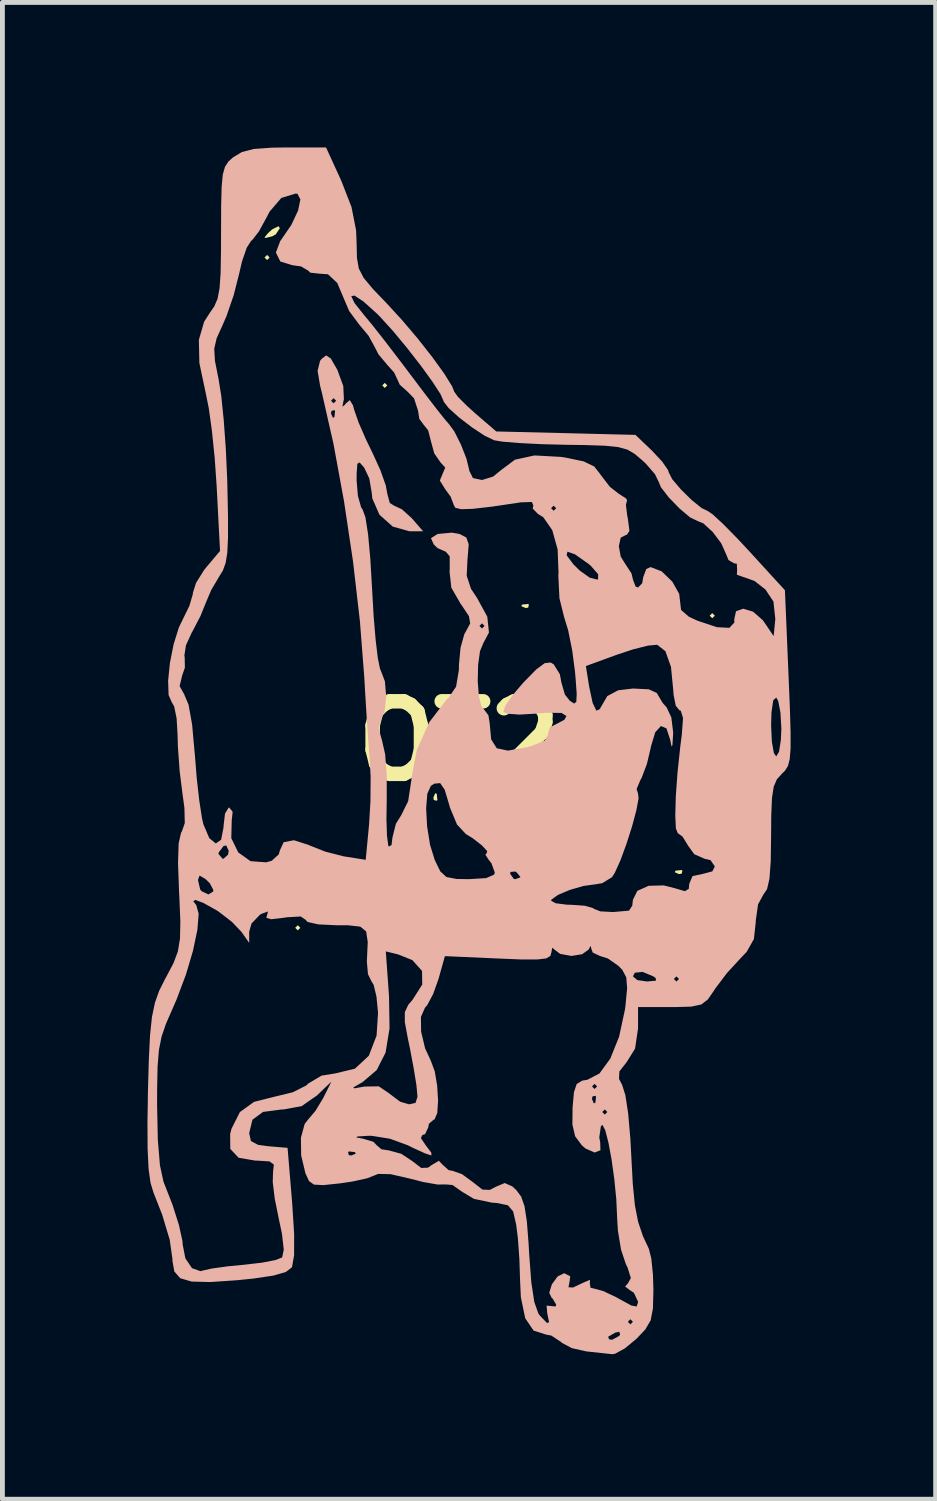
<source format=kicad_pcb>
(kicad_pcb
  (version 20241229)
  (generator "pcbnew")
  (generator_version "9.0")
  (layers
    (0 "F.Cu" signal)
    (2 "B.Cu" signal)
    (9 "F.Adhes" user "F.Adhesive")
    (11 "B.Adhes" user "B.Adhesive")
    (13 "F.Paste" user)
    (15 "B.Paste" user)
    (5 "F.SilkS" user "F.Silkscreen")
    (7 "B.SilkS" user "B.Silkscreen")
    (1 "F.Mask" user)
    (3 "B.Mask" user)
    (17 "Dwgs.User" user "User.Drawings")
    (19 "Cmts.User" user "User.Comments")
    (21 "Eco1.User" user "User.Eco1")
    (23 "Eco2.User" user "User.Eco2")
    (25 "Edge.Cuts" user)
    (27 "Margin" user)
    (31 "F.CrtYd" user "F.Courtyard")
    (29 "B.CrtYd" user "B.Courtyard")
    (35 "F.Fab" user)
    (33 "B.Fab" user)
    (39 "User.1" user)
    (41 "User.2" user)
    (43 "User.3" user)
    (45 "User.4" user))
  (footprint "OT2"
    (layer "F.Cu")
    (at 6.443 12.277)
    (property "Reference" "OT2" (at 0 0 0) (layer "F.SilkS") (effects (font (size 1.5 1.5) (thickness 0.3))))
    (attr board_only exclude_from_pos_files exclude_from_bom)
    (fp_poly (pts (xy -3.916 -10.001) (xy -3.969 -9.948) (xy -4.022 -10.001) (xy -3.969 -10.054)) (stroke (width 0) (type solid)) (fill yes) (layer "F.SilkS"))
    (fp_poly (pts (xy -3.281 3.863) (xy -3.334 3.916) (xy -3.387 3.863) (xy -3.334 3.81)) (stroke (width 0) (type solid)) (fill yes) (layer "F.SilkS"))
    (fp_poly (pts (xy -1.482 -7.355) (xy -1.535 -7.303) (xy -1.587 -7.355) (xy -1.535 -7.408)) (stroke (width 0) (type solid)) (fill yes) (layer "F.SilkS"))
    (fp_poly (pts (xy 5.292 -2.593) (xy 5.239 -2.54) (xy 5.186 -2.593) (xy 5.239 -2.646)) (stroke (width 0) (type solid)) (fill yes) (layer "F.SilkS"))
    (fp_poly (pts (xy -0.459 1.094) (xy -0.446 1.219) (xy -0.459 1.235) (xy -0.522 1.22) (xy -0.529 1.164) (xy -0.49 1.077)) (stroke (width 0) (type solid)) (fill yes) (layer "F.SilkS"))
    (fp_poly (pts (xy 1.446 -2.822) (xy 1.432 -2.759) (xy 1.376 -2.752) (xy 1.289 -2.79) (xy 1.305 -2.822) (xy 1.431 -2.835)) (stroke (width 0) (type solid)) (fill yes) (layer "F.SilkS"))
    (fp_poly (pts (xy 4.621 2.681) (xy 4.607 2.744) (xy 4.551 2.752) (xy 4.464 2.713) (xy 4.48 2.681) (xy 4.606 2.668)) (stroke (width 0) (type solid)) (fill yes) (layer "F.SilkS"))
    (fp_poly (pts (xy -3.704 -10.608) (xy -3.789 -10.48) (xy -3.863 -10.439) (xy -4.001 -10.405) (xy -4.022 -10.415) (xy -3.952 -10.503) (xy -3.863 -10.583) (xy -3.734 -10.648)) (stroke (width 0) (type solid)) (fill yes) (layer "F.SilkS"))
    (fp_poly (pts (xy -2.433 -11.586) (xy -2.223 -11.046) (xy -2.128 -10.564) (xy -2.117 -10.292) (xy -2.11 -9.992) (xy -2.072 -9.774) (xy -1.971 -9.579) (xy -1.778 -9.348) (xy -1.494 -9.052) (xy -1.179 -8.709) (xy -0.853 -8.325) (xy -0.551 -7.94) (xy -0.303 -7.597) (xy -0.142 -7.337) (xy -0.097 -7.224) (xy -0.018 -7.115) (xy 0.176 -6.922) (xy 0.342 -6.773) (xy 0.772 -6.403) (xy 2.212 -6.368) (xy 3.651 -6.332) (xy 3.995 -6.003) (xy 4.204 -5.779) (xy 4.326 -5.601) (xy 4.339 -5.556) (xy 4.412 -5.414) (xy 4.591 -5.203) (xy 4.815 -4.983) (xy 5.021 -4.817) (xy 5.138 -4.762) (xy 5.247 -4.689) (xy 5.462 -4.49) (xy 5.75 -4.198) (xy 5.99 -3.941) (xy 6.742 -3.119) (xy 6.818 -1.318) (xy 6.845 -0.66) (xy 6.859 -0.181) (xy 6.859 0.152) (xy 6.841 0.373) (xy 6.805 0.515) (xy 6.746 0.61) (xy 6.675 0.681) (xy 6.574 0.794) (xy 6.51 0.945) (xy 6.474 1.179) (xy 6.459 1.542) (xy 6.456 1.961) (xy 6.448 2.492) (xy 6.422 2.848) (xy 6.372 3.064) (xy 6.297 3.175) (xy 6.186 3.378) (xy 6.139 3.712) (xy 6.138 3.75) (xy 6.1 4.096) (xy 5.95 4.361) (xy 5.813 4.505) (xy 5.542 4.8) (xy 5.302 5.118) (xy 5.276 5.159) (xy 5.147 5.346) (xy 5.012 5.449) (xy 4.806 5.493) (xy 4.465 5.503) (xy 4.383 5.503) (xy 3.704 5.503) (xy 3.704 5.946) (xy 3.642 6.362) (xy 3.47 6.639) (xy 3.318 6.834) (xy 3.31 6.988) (xy 3.373 7.109) (xy 3.441 7.321) (xy 3.5 7.706) (xy 3.545 8.228) (xy 3.563 8.56) (xy 3.595 9.16) (xy 3.639 9.604) (xy 3.706 9.946) (xy 3.806 10.242) (xy 3.928 10.503) (xy 3.978 10.702) (xy 4.012 11.035) (xy 4.022 11.355) (xy 4.012 11.735) (xy 3.965 11.981) (xy 3.854 12.171) (xy 3.673 12.362) (xy 3.431 12.562) (xy 3.228 12.673) (xy 3.17 12.682) (xy 2.965 12.66) (xy 2.668 12.628) (xy 2.627 12.623) (xy 2.335 12.557) (xy 2.128 12.447) (xy 2.112 12.43) (xy 1.948 12.322) (xy 3.084 12.322) (xy 3.109 12.377) (xy 3.169 12.383) (xy 3.312 12.306) (xy 3.333 12.278) (xy 3.316 12.218) (xy 3.233 12.236) (xy 3.084 12.322) (xy 1.948 12.322) (xy 1.911 12.297) (xy 1.803 12.277) (xy 1.543 12.194) (xy 1.37 11.939) (xy 1.28 11.503) (xy 1.264 11.157) (xy 1.249 10.708) (xy 1.218 10.277) (xy 1.183 10.001) (xy 1.121 9.731) (xy 1.015 9.604) (xy 0.794 9.556) (xy 0.672 9.546) (xy 0.309 9.469) (xy 0.057 9.318) (xy 0.054 9.315) (xy -0.133 9.183) (xy -0.269 9.171) (xy -0.443 9.173) (xy -0.743 9.12) (xy -1.009 9.052) (xy -1.413 8.959) (xy -1.671 8.953) (xy -1.729 8.977) (xy -1.896 9.043) (xy -2.199 9.11) (xy -2.46 9.149) (xy -2.804 9.185) (xy -2.998 9.175) (xy -3.101 9.102) (xy -3.173 8.948) (xy -3.175 8.944) (xy -3.264 8.572) (xy -3.265 8.502) (xy -2.293 8.502) (xy -2.279 8.565) (xy -2.223 8.572) (xy -2.135 8.534) (xy -2.152 8.502) (xy -2.278 8.489) (xy -2.293 8.502) (xy -3.265 8.502) (xy -3.269 8.205) (xy -3.267 8.198) (xy -2.125 8.198) (xy -1.984 8.225) (xy -1.773 8.288) (xy -1.693 8.368) (xy -1.603 8.444) (xy -1.449 8.467) (xy -1.194 8.537) (xy -0.967 8.687) (xy -0.78 8.83) (xy -0.641 8.824) (xy -0.56 8.767) (xy -0.415 8.682) (xy -0.344 8.758) (xy -0.214 8.875) (xy -0.13 8.89) (xy 0.062 8.958) (xy 0.287 9.123) (xy 0.289 9.124) (xy 0.484 9.277) (xy 0.638 9.284) (xy 0.759 9.221) (xy 0.946 9.142) (xy 1.104 9.212) (xy 1.187 9.289) (xy 1.287 9.424) (xy 1.356 9.624) (xy 1.404 9.933) (xy 1.44 10.395) (xy 1.451 10.595) (xy 1.496 11.194) (xy 1.558 11.602) (xy 1.642 11.84) (xy 1.67 11.88) (xy 1.821 12.037) (xy 1.864 12.021) (xy 1.862 12.012) (xy 3.493 12.012) (xy 3.545 12.065) (xy 3.598 12.012) (xy 3.545 11.959) (xy 3.493 12.012) (xy 1.862 12.012) (xy 1.826 11.837) (xy 1.812 11.678) (xy 1.888 11.684) (xy 1.998 11.695) (xy 2.011 11.657) (xy 1.933 11.526) (xy 1.918 11.518) (xy 1.867 11.411) (xy 1.922 11.236) (xy 2.042 11.073) (xy 2.177 11.007) (xy 2.301 11.07) (xy 2.29 11.165) (xy 2.265 11.298) (xy 2.36 11.303) (xy 2.56 11.208) (xy 2.71 11.144) (xy 2.708 11.204) (xy 2.705 11.208) (xy 2.721 11.308) (xy 2.792 11.324) (xy 2.98 11.375) (xy 3.251 11.503) (xy 3.328 11.546) (xy 3.566 11.676) (xy 3.676 11.695) (xy 3.704 11.608) (xy 3.704 11.596) (xy 3.618 11.412) (xy 3.537 11.359) (xy 3.436 11.282) (xy 3.494 11.218) (xy 3.555 11.107) (xy 3.489 10.895) (xy 3.45 10.814) (xy 3.352 10.52) (xy 3.287 10.124) (xy 3.272 9.874) (xy 3.254 9.478) (xy 3.212 9.056) (xy 3.155 8.649) (xy 3.09 8.299) (xy 3.025 8.049) (xy 2.967 7.939) (xy 2.935 7.966) (xy 2.902 8.2) (xy 2.921 8.297) (xy 2.926 8.464) (xy 2.807 8.511) (xy 2.619 8.429) (xy 2.539 8.359) (xy 2.402 8.174) (xy 2.346 7.93) (xy 2.349 7.673) (xy 2.963 7.673) (xy 3.016 7.726) (xy 3.069 7.673) (xy 3.016 7.62) (xy 2.963 7.673) (xy 2.349 7.673) (xy 2.349 7.588) (xy 2.365 7.408) (xy 2.752 7.408) (xy 2.79 7.495) (xy 2.822 7.479) (xy 2.835 7.353) (xy 2.822 7.338) (xy 2.759 7.352) (xy 2.752 7.408) (xy 2.365 7.408) (xy 2.378 7.264) (xy 2.418 7.144) (xy 2.752 7.144) (xy 2.805 7.197) (xy 2.857 7.144) (xy 2.805 7.091) (xy 2.752 7.144) (xy 2.418 7.144) (xy 2.435 7.094) (xy 2.549 7.024) (xy 2.656 7.006) (xy 2.906 6.876) (xy 3.13 6.568) (xy 3.312 6.116) (xy 3.433 5.554) (xy 3.444 5.47) (xy 3.478 5.109) (xy 3.46 4.886) (xy 3.45 4.868) (xy 3.598 4.868) (xy 3.69 4.945) (xy 3.889 4.973) (xy 4.074 4.957) (xy 4.071 4.921) (xy 4.445 4.921) (xy 4.498 4.974) (xy 4.551 4.921) (xy 4.498 4.868) (xy 4.445 4.921) (xy 4.071 4.921) (xy 4.069 4.902) (xy 4.022 4.868) (xy 3.798 4.775) (xy 3.637 4.792) (xy 3.598 4.868) (xy 3.45 4.868) (xy 3.379 4.734) (xy 3.298 4.65) (xy 3.081 4.498) (xy 2.915 4.445) (xy 2.767 4.375) (xy 2.743 4.313) (xy 2.722 4.235) (xy 2.682 4.313) (xy 2.548 4.409) (xy 2.328 4.445) (xy 2.093 4.403) (xy 1.975 4.313) (xy 1.928 4.275) (xy 1.913 4.364) (xy 1.89 4.446) (xy 1.805 4.496) (xy 1.621 4.518) (xy 1.301 4.518) (xy 0.807 4.498) (xy -0.291 4.449) (xy -0.423 4.921) (xy -0.534 5.233) (xy -0.658 5.465) (xy -0.703 5.516) (xy -0.787 5.706) (xy -0.783 6.01) (xy -0.701 6.355) (xy -0.581 6.615) (xy -0.501 6.831) (xy -0.451 7.128) (xy -0.432 7.439) (xy -0.449 7.694) (xy -0.505 7.826) (xy -0.524 7.832) (xy -0.622 7.917) (xy -0.635 7.99) (xy -0.701 8.131) (xy -0.757 8.149) (xy -0.788 8.212) (xy -0.688 8.361) (xy -0.572 8.514) (xy -0.57 8.572) (xy -0.702 8.528) (xy -0.946 8.417) (xy -1.058 8.361) (xy -1.427 8.226) (xy -1.807 8.165) (xy -1.874 8.165) (xy -2.1 8.179) (xy -2.125 8.198) (xy -3.267 8.198) (xy -3.192 7.921) (xy -3.124 7.833) (xy -2.969 7.65) (xy -2.809 7.386) (xy -2.803 7.374) (xy -2.698 7.164) (xy -2.184 7.164) (xy -2.167 7.184) (xy -1.957 7.147) (xy -1.951 7.146) (xy -1.659 7.142) (xy -1.44 7.29) (xy -1.432 7.298) (xy -1.214 7.461) (xy -1.031 7.514) (xy -0.899 7.485) (xy -0.858 7.359) (xy -0.88 7.117) (xy -0.936 6.774) (xy -1.015 6.353) (xy -1.057 6.153) (xy -1.12 5.815) (xy -1.12 5.607) (xy -1.049 5.456) (xy -0.96 5.352) (xy -0.76 5.037) (xy -0.764 4.755) (xy -0.963 4.532) (xy -1.259 4.413) (xy -1.513 4.351) (xy -1.447 5.278) (xy -1.436 5.944) (xy -1.518 6.444) (xy -1.701 6.805) (xy -1.994 7.055) (xy -2.022 7.071) (xy -2.184 7.164) (xy -2.698 7.164) (xy -2.639 7.045) (xy -2.939 7.332) (xy -3.255 7.552) (xy -3.63 7.62) (xy -3.662 7.62) (xy -4.052 7.671) (xy -4.272 7.833) (xy -4.339 8.111) (xy -4.303 8.273) (xy -4.156 8.352) (xy -3.942 8.381) (xy -3.545 8.414) (xy -3.449 9.566) (xy -3.409 10.199) (xy -3.41 10.637) (xy -3.452 10.874) (xy -3.46 10.889) (xy -3.582 10.982) (xy -3.836 11.056) (xy -4.253 11.118) (xy -4.588 11.152) (xy -5.147 11.19) (xy -5.529 11.18) (xy -5.765 11.111) (xy -5.887 10.972) (xy -5.926 10.754) (xy -5.927 10.71) (xy -5.982 10.318) (xy -6.139 9.796) (xy -6.32 9.335) (xy -6.38 9.136) (xy -6.42 8.847) (xy -6.44 8.437) (xy -6.443 7.873) (xy -6.437 7.522) (xy -6.244 7.522) (xy -6.229 8.241) (xy -6.185 8.775) (xy -6.112 9.112) (xy -6.102 9.139) (xy -5.923 9.596) (xy -5.79 10.018) (xy -5.72 10.338) (xy -5.715 10.413) (xy -5.659 10.699) (xy -5.522 10.903) (xy -5.346 10.965) (xy -5.31 10.955) (xy -5.116 10.911) (xy -4.786 10.865) (xy -4.445 10.832) (xy -4.075 10.789) (xy -3.789 10.733) (xy -3.657 10.681) (xy -3.624 10.52) (xy -3.661 10.191) (xy -3.731 9.86) (xy -3.811 9.462) (xy -3.852 9.119) (xy -3.845 8.907) (xy -3.829 8.761) (xy -3.917 8.695) (xy -4.158 8.679) (xy -4.214 8.678) (xy -4.558 8.619) (xy -4.73 8.436) (xy -4.733 8.127) (xy -4.704 8.017) (xy -4.531 7.674) (xy -4.238 7.463) (xy -3.81 7.355) (xy -3.438 7.265) (xy -3.162 7.126) (xy -3.114 7.082) (xy -2.842 6.92) (xy -2.55 6.873) (xy -2.151 6.776) (xy -1.865 6.51) (xy -1.704 6.091) (xy -1.674 5.623) (xy -1.706 5.288) (xy -1.764 5.044) (xy -1.811 4.967) (xy -1.882 4.823) (xy -1.905 4.567) (xy -1.904 4.539) (xy -1.887 4.156) (xy -1.92 3.938) (xy -2.041 3.839) (xy -2.292 3.811) (xy -2.54 3.81) (xy -2.912 3.792) (xy -3.131 3.742) (xy -3.175 3.695) (xy -3.272 3.629) (xy -3.56 3.645) (xy -3.612 3.654) (xy -3.885 3.686) (xy -3.985 3.656) (xy -3.969 3.599) (xy -3.949 3.525) (xy -4.074 3.57) (xy -4.115 3.591) (xy -4.291 3.775) (xy -4.339 3.943) (xy -4.339 4.175) (xy -4.498 3.948) (xy -4.695 3.741) (xy -4.971 3.528) (xy -5.013 3.501) (xy -5.284 3.35) (xy -5.411 3.302) (xy 1.905 3.302) (xy 1.999 3.355) (xy 2.233 3.385) (xy 2.322 3.387) (xy 2.6 3.406) (xy 2.773 3.455) (xy 2.791 3.471) (xy 2.925 3.523) (xy 3.187 3.537) (xy 3.496 3.51) (xy 3.519 3.506) (xy 3.584 3.405) (xy 3.598 3.283) (xy 3.689 3.099) (xy 3.922 2.994) (xy 4.235 2.986) (xy 4.464 3.044) (xy 4.673 3.106) (xy 4.753 3.058) (xy 4.763 2.954) (xy 4.83 2.794) (xy 5.027 2.752) (xy 5.24 2.696) (xy 5.292 2.593) (xy 5.203 2.464) (xy 5.078 2.434) (xy 4.867 2.341) (xy 4.743 2.17) (xy 4.623 1.975) (xy 4.525 1.905) (xy 4.486 1.807) (xy 4.474 1.539) (xy 4.485 1.141) (xy 4.52 0.654) (xy 4.577 0.118) (xy 4.609 -0.132) (xy 4.623 -0.324) (xy 6.456 -0.324) (xy 6.472 0.017) (xy 6.513 0.248) (xy 6.562 0.318) (xy 6.62 0.222) (xy 6.658 -0.025) (xy 6.668 -0.258) (xy 6.649 -0.59) (xy 6.603 -0.827) (xy 6.562 -0.9) (xy 6.5 -0.843) (xy 6.464 -0.598) (xy 6.456 -0.324) (xy 4.623 -0.324) (xy 4.634 -0.478) (xy 4.587 -0.628) (xy 4.561 -0.635) (xy 4.484 -0.729) (xy 4.438 -0.961) (xy 4.434 -1.032) (xy 4.385 -1.534) (xy 4.27 -1.858) (xy 4.1 -1.991) (xy 3.913 -1.974) (xy 3.601 -1.896) (xy 3.274 -1.788) (xy 2.625 -1.551) (xy 2.693 -1.124) (xy 2.765 -0.788) (xy 2.842 -0.628) (xy 2.914 -0.66) (xy 2.927 -0.688) (xy 3.067 -0.929) (xy 3.293 -1.05) (xy 3.6 -1.086) (xy 3.926 -1.07) (xy 4.093 -0.993) (xy 4.103 -0.974) (xy 4.211 -0.791) (xy 4.296 -0.694) (xy 4.392 -0.49) (xy 4.43 -0.184) (xy 4.429 -0.14) (xy 4.415 0.087) (xy 4.396 0.112) (xy 4.369 -0.026) (xy 4.291 -0.263) (xy 4.177 -0.31) (xy 4.06 -0.182) (xy 3.971 0.111) (xy 3.968 0.132) (xy 3.887 0.474) (xy 3.778 0.762) (xy 3.75 0.812) (xy 3.674 0.994) (xy 3.702 1.077) (xy 3.715 1.184) (xy 3.669 1.432) (xy 3.58 1.765) (xy 3.464 2.129) (xy 3.34 2.467) (xy 3.224 2.724) (xy 3.166 2.816) (xy 2.963 2.94) (xy 2.826 2.963) (xy 2.578 2.997) (xy 2.294 3.079) (xy 2.047 3.183) (xy 1.912 3.28) (xy 1.905 3.302) (xy -5.411 3.302) (xy -5.455 3.285) (xy -5.495 3.316) (xy -5.433 3.393) (xy -5.384 3.573) (xy -5.41 3.902) (xy -5.501 4.336) (xy -5.647 4.83) (xy -5.839 5.34) (xy -5.92 5.527) (xy -6.059 5.845) (xy -6.151 6.114) (xy -6.206 6.39) (xy -6.234 6.732) (xy -6.243 7.197) (xy -6.244 7.522) (xy -6.437 7.522) (xy -6.434 7.272) (xy -6.415 6.594) (xy -6.39 6.086) (xy -6.35 5.707) (xy -6.289 5.414) (xy -6.201 5.165) (xy -6.078 4.92) (xy -6.049 4.868) (xy -5.905 4.594) (xy -5.814 4.353) (xy -5.77 4.085) (xy -5.763 3.733) (xy -5.783 3.239) (xy -5.789 3.135) (xy -5.798 2.88) (xy -5.397 2.88) (xy -5.354 3.065) (xy -5.327 3.104) (xy -5.181 3.173) (xy -5.084 3.113) (xy -5.08 3.082) (xy -5.152 2.944) (xy -5.239 2.857) (xy -5.365 2.782) (xy -5.397 2.87) (xy -5.397 2.88) (xy -5.798 2.88) (xy -5.811 2.526) (xy -5.805 2.335) (xy -4.974 2.335) (xy -4.893 2.431) (xy -4.868 2.434) (xy -4.775 2.348) (xy -4.763 2.269) (xy -4.814 2.16) (xy -4.868 2.17) (xy -4.97 2.305) (xy -4.974 2.335) (xy -5.805 2.335) (xy -5.798 2.116) (xy -5.748 1.896) (xy -5.733 1.874) (xy -5.671 1.697) (xy -5.679 1.378) (xy -5.717 1.103) (xy -5.777 0.624) (xy -5.814 0.109) (xy -5.82 -0.126) (xy -5.84 -0.468) (xy -5.891 -0.718) (xy -5.94 -0.802) (xy -6.006 -0.952) (xy -6.012 -1.137) (xy -5.778 -1.137) (xy -5.685 -0.97) (xy -5.593 -0.752) (xy -5.519 -0.337) (xy -5.465 0.263) (xy -5.464 0.265) (xy -5.424 0.767) (xy -5.371 1.234) (xy -5.315 1.596) (xy -5.287 1.72) (xy -5.164 2.009) (xy -5.03 2.118) (xy -4.92 2.043) (xy -4.869 1.783) (xy -4.868 1.746) (xy -4.839 1.501) (xy -4.766 1.379) (xy -4.751 1.376) (xy -4.681 1.463) (xy -4.7 1.641) (xy -4.709 2.009) (xy -4.565 2.304) (xy -4.311 2.485) (xy -3.987 2.509) (xy -3.872 2.476) (xy -3.726 2.342) (xy -3.704 2.261) (xy -3.625 2.092) (xy -3.413 2.052) (xy -3.109 2.149) (xy -3.09 2.159) (xy -2.766 2.287) (xy -2.393 2.383) (xy -2.351 2.39) (xy -1.929 2.457) (xy -1.86 1.731) (xy -1.831 1.247) (xy -1.827 0.743) (xy -1.843 0.423) (xy -1.871 0.066) (xy -1.905 -0.426) (xy -1.939 -0.977) (xy -1.959 -1.323) (xy -2.049 -2.48) (xy -2.192 -3.719) (xy -2.379 -4.967) (xy -2.597 -6.154) (xy -2.738 -6.773) (xy -2.646 -6.773) (xy -2.607 -6.686) (xy -2.575 -6.703) (xy -2.563 -6.828) (xy -2.575 -6.844) (xy -2.638 -6.829) (xy -2.646 -6.773) (xy -2.738 -6.773) (xy -2.798 -7.038) (xy -2.646 -7.038) (xy -2.593 -6.985) (xy -2.54 -7.038) (xy -2.593 -7.091) (xy -2.646 -7.038) (xy -2.798 -7.038) (xy -2.837 -7.211) (xy -2.87 -7.337) (xy -2.924 -7.657) (xy -2.874 -7.86) (xy -2.844 -7.901) (xy -2.747 -7.976) (xy -2.652 -7.913) (xy -2.518 -7.682) (xy -2.515 -7.676) (xy -2.393 -7.343) (xy -2.38 -7.071) (xy -2.383 -7.059) (xy -2.412 -6.914) (xy -2.36 -6.955) (xy -2.343 -6.979) (xy -2.258 -7.051) (xy -2.193 -6.945) (xy -2.164 -6.841) (xy -2.076 -6.589) (xy -1.924 -6.239) (xy -1.786 -5.954) (xy -1.624 -5.599) (xy -1.513 -5.285) (xy -1.482 -5.114) (xy -1.431 -4.924) (xy -1.342 -4.868) (xy -1.181 -4.794) (xy -0.983 -4.615) (xy -0.972 -4.604) (xy -0.742 -4.339) (xy -1.026 -4.339) (xy -1.369 -4.435) (xy -1.645 -4.681) (xy -1.792 -5.016) (xy -1.803 -5.125) (xy -1.855 -5.431) (xy -1.961 -5.656) (xy -2.056 -5.763) (xy -2.102 -5.734) (xy -2.116 -5.539) (xy -2.117 -5.386) (xy -2.09 -5.069) (xy -2.024 -4.835) (xy -1.992 -4.786) (xy -1.934 -4.625) (xy -1.88 -4.276) (xy -1.833 -3.762) (xy -1.796 -3.128) (xy -1.764 -2.572) (xy -1.723 -2.086) (xy -1.678 -1.712) (xy -1.633 -1.493) (xy -1.617 -1.459) (xy -1.532 -1.234) (xy -1.505 -0.917) (xy -1.538 -0.614) (xy -1.607 -0.453) (xy -1.662 -0.263) (xy -1.591 -0.009) (xy -1.527 0.273) (xy -1.494 0.706) (xy -1.494 1.204) (xy -1.5 1.623) (xy -1.489 1.958) (xy -1.463 2.156) (xy -1.451 2.183) (xy -1.395 2.152) (xy -1.376 1.996) (xy -1.305 1.712) (xy -1.191 1.528) (xy -1.125 1.393) (xy -0.679 1.393) (xy -0.659 1.767) (xy -0.598 2.147) (xy -0.501 2.461) (xy -0.386 2.696) (xy -0.259 2.813) (xy -0.047 2.853) (xy 0.206 2.857) (xy 0.562 2.835) (xy 0.726 2.764) (xy 0.732 2.745) (xy 1.058 2.745) (xy 1.135 2.853) (xy 1.164 2.857) (xy 1.267 2.821) (xy 1.27 2.811) (xy 1.196 2.72) (xy 1.164 2.699) (xy 1.067 2.707) (xy 1.058 2.745) (xy 0.732 2.745) (xy 0.741 2.72) (xy 0.672 2.529) (xy 0.614 2.455) (xy 0.545 2.349) (xy 0.568 2.328) (xy 0.584 2.277) (xy 0.472 2.156) (xy 0.284 2.01) (xy 0.144 1.925) (xy -0.041 1.726) (xy -0.187 1.375) (xy -0.2 1.326) (xy -0.295 1.008) (xy -0.389 0.87) (xy -0.512 0.882) (xy -0.582 0.928) (xy -0.655 1.091) (xy -0.679 1.393) (xy -1.125 1.393) (xy -1.051 1.245) (xy -0.984 0.803) (xy -0.982 0.765) (xy -0.872 0.183) (xy -0.615 -0.389) (xy -0.255 -0.859) (xy -0.211 -0.9) (xy -0.06 -1.124) (xy -0.002 -1.469) (xy 0 -1.584) (xy 0.032 -1.928) (xy 0.111 -2.211) (xy 0.151 -2.282) (xy 0.204 -2.381) (xy 0.423 -2.381) (xy 0.476 -2.328) (xy 0.529 -2.381) (xy 0.476 -2.434) (xy 0.423 -2.381) (xy 0.204 -2.381) (xy 0.232 -2.433) (xy 0.206 -2.583) (xy 0.057 -2.807) (xy 0.034 -2.838) (xy -0.158 -3.172) (xy -0.195 -3.506) (xy -0.191 -3.552) (xy -0.192 -3.822) (xy -0.273 -3.916) (xy -0.441 -3.989) (xy -0.522 -4.066) (xy -0.579 -4.195) (xy -0.452 -4.277) (xy -0.429 -4.284) (xy -0.146 -4.31) (xy 0.013 -4.282) (xy 0.152 -4.21) (xy 0.201 -4.07) (xy 0.18 -3.795) (xy 0.176 -3.761) (xy 0.16 -3.418) (xy 0.249 -3.148) (xy 0.375 -2.958) (xy 0.586 -2.572) (xy 0.62 -2.244) (xy 0.506 -2.03) (xy 0.435 -1.86) (xy 0.396 -1.572) (xy 0.388 -1.238) (xy 0.412 -0.927) (xy 0.467 -0.712) (xy 0.515 -0.657) (xy 0.609 -0.533) (xy 0.635 -0.37) (xy 0.666 -0.035) (xy 0.781 0.149) (xy 1.012 0.198) (xy 1.393 0.131) (xy 1.503 0.102) (xy 1.776 -0.011) (xy 1.845 -0.138) (xy 1.841 -0.149) (xy 1.882 -0.285) (xy 2.005 -0.347) (xy 2.18 -0.439) (xy 2.223 -0.518) (xy 2.121 -0.581) (xy 1.816 -0.585) (xy 1.602 -0.567) (xy 1.25 -0.547) (xy 1.002 -0.565) (xy 0.92 -0.602) (xy 0.955 -0.724) (xy 1.107 -0.946) (xy 1.331 -1.208) (xy 1.599 -1.481) (xy 1.774 -1.611) (xy 1.896 -1.624) (xy 1.96 -1.586) (xy 2.087 -1.38) (xy 2.117 -1.217) (xy 2.191 -0.961) (xy 2.293 -0.833) (xy 2.382 -0.775) (xy 2.427 -0.811) (xy 2.435 -0.977) (xy 2.411 -1.307) (xy 2.399 -1.441) (xy 2.341 -1.881) (xy 2.258 -2.292) (xy 2.175 -2.563) (xy 2.078 -2.953) (xy 2.055 -3.421) (xy 2.059 -3.481) (xy 2.045 -3.843) (xy 2.226 -3.843) (xy 2.369 -3.653) (xy 2.494 -3.529) (xy 2.704 -3.379) (xy 2.862 -3.339) (xy 2.876 -3.345) (xy 2.879 -3.449) (xy 2.73 -3.621) (xy 2.684 -3.661) (xy 2.402 -3.86) (xy 2.244 -3.917) (xy 2.226 -3.843) (xy 2.045 -3.843) (xy 2.041 -3.961) (xy 1.93 -4.361) (xy 1.743 -4.63) (xy 1.631 -4.699) (xy 1.526 -4.807) (xy 1.527 -4.815) (xy 1.905 -4.815) (xy 1.958 -4.763) (xy 2.011 -4.815) (xy 1.958 -4.868) (xy 1.905 -4.815) (xy 1.527 -4.815) (xy 1.538 -4.874) (xy 1.508 -4.944) (xy 1.281 -4.937) (xy 1.254 -4.933) (xy 0.682 -4.848) (xy 0.289 -4.803) (xy 0.046 -4.795) (xy -0.076 -4.824) (xy -0.106 -4.88) (xy -0.172 -5.054) (xy -0.283 -5.206) (xy -0.396 -5.388) (xy -0.34 -5.523) (xy -0.284 -5.656) (xy -0.381 -5.762) (xy -0.511 -5.949) (xy -0.577 -6.191) (xy -0.637 -6.425) (xy -0.729 -6.54) (xy -0.82 -6.663) (xy -0.847 -6.834) (xy -0.929 -7.087) (xy -1.058 -7.221) (xy -1.224 -7.369) (xy -1.27 -7.47) (xy -1.342 -7.623) (xy -1.479 -7.776) (xy -1.665 -7.998) (xy -1.752 -8.167) (xy -1.87 -8.382) (xy -2.066 -8.618) (xy -2.068 -8.62) (xy -2.27 -8.892) (xy -2.39 -9.172) (xy -2.402 -9.202) (xy -2.228 -9.202) (xy -2.161 -9.06) (xy -1.964 -8.812) (xy -1.794 -8.607) (xy -1.537 -8.28) (xy -1.232 -7.882) (xy -0.994 -7.567) (xy -0.703 -7.181) (xy -0.456 -6.86) (xy -0.282 -6.641) (xy -0.212 -6.562) (xy -0.096 -6.404) (xy 0.04 -6.133) (xy 0.155 -5.839) (xy 0.211 -5.612) (xy 0.212 -5.593) (xy 0.289 -5.439) (xy 0.477 -5.399) (xy 0.706 -5.47) (xy 0.873 -5.606) (xy 1.158 -5.819) (xy 1.561 -5.907) (xy 2.109 -5.877) (xy 2.208 -5.862) (xy 2.579 -5.784) (xy 2.798 -5.678) (xy 2.925 -5.516) (xy 2.927 -5.511) (xy 3.12 -5.259) (xy 3.3 -5.118) (xy 3.456 -5.018) (xy 3.477 -4.978) (xy 3.453 -4.885) (xy 3.48 -4.661) (xy 3.492 -4.608) (xy 3.526 -4.346) (xy 3.469 -4.262) (xy 3.457 -4.264) (xy 3.345 -4.206) (xy 3.307 -4.029) (xy 3.345 -3.816) (xy 3.434 -3.672) (xy 3.569 -3.466) (xy 3.598 -3.341) (xy 3.653 -3.196) (xy 3.704 -3.175) (xy 3.79 -3.264) (xy 3.81 -3.387) (xy 3.874 -3.558) (xy 3.963 -3.598) (xy 4.192 -3.51) (xy 4.412 -3.298) (xy 4.555 -3.043) (xy 4.573 -2.888) (xy 4.594 -2.711) (xy 4.753 -2.573) (xy 4.927 -2.491) (xy 5.333 -2.355) (xy 5.593 -2.341) (xy 5.696 -2.451) (xy 5.693 -2.514) (xy 5.73 -2.685) (xy 5.88 -2.737) (xy 6.083 -2.675) (xy 6.281 -2.503) (xy 6.308 -2.466) (xy 6.509 -2.17) (xy 6.543 -2.525) (xy 6.504 -2.885) (xy 6.339 -3.134) (xy 6.113 -3.311) (xy 5.899 -3.387) (xy 5.897 -3.387) (xy 5.748 -3.44) (xy 5.753 -3.544) (xy 5.747 -3.667) (xy 5.691 -3.676) (xy 5.575 -3.743) (xy 5.526 -3.863) (xy 5.425 -4.089) (xy 5.246 -4.327) (xy 5.052 -4.503) (xy 4.934 -4.551) (xy 4.781 -4.625) (xy 4.563 -4.808) (xy 4.341 -5.037) (xy 4.177 -5.249) (xy 4.128 -5.367) (xy 4.054 -5.519) (xy 3.87 -5.732) (xy 3.788 -5.809) (xy 3.633 -5.94) (xy 3.484 -6.027) (xy 3.294 -6.08) (xy 3.018 -6.108) (xy 2.608 -6.122) (xy 2.227 -6.127) (xy 1.712 -6.14) (xy 1.252 -6.163) (xy 0.901 -6.192) (xy 0.73 -6.22) (xy 0.532 -6.315) (xy 0.269 -6.488) (xy 0.001 -6.694) (xy -0.213 -6.886) (xy -0.316 -7.019) (xy -0.318 -7.031) (xy -0.382 -7.176) (xy -0.552 -7.437) (xy -0.794 -7.771) (xy -1.077 -8.134) (xy -1.366 -8.482) (xy -1.629 -8.772) (xy -1.691 -8.835) (xy -1.976 -9.091) (xy -2.16 -9.213) (xy -2.228 -9.202) (xy -2.402 -9.202) (xy -2.518 -9.475) (xy -2.71 -9.654) (xy -2.91 -9.669) (xy -3.077 -9.688) (xy -3.118 -9.729) (xy -3.267 -9.817) (xy -3.449 -9.842) (xy -3.695 -9.918) (xy -3.787 -10.104) (xy -3.696 -10.343) (xy -3.691 -10.349) (xy -3.469 -10.672) (xy -3.328 -10.971) (xy -3.28 -11.201) (xy -3.34 -11.318) (xy -3.378 -11.324) (xy -3.674 -11.233) (xy -3.917 -10.95) (xy -3.99 -10.81) (xy -4.136 -10.543) (xy -4.273 -10.365) (xy -4.3 -10.344) (xy -4.39 -10.203) (xy -4.487 -9.921) (xy -4.549 -9.656) (xy -4.66 -9.22) (xy -4.809 -8.787) (xy -4.892 -8.596) (xy -5.012 -8.331) (xy -5.062 -8.114) (xy -5.047 -7.862) (xy -4.973 -7.49) (xy -4.972 -7.485) (xy -4.916 -7.134) (xy -4.865 -6.631) (xy -4.822 -6.039) (xy -4.794 -5.417) (xy -4.79 -5.263) (xy -4.777 -4.645) (xy -4.777 -4.201) (xy -4.792 -3.892) (xy -4.827 -3.68) (xy -4.883 -3.527) (xy -4.955 -3.41) (xy -5.126 -3.12) (xy -5.237 -2.857) (xy -5.347 -2.585) (xy -5.509 -2.274) (xy -5.526 -2.246) (xy -5.647 -1.98) (xy -5.68 -1.765) (xy -5.673 -1.736) (xy -5.669 -1.517) (xy -5.724 -1.359) (xy -5.778 -1.137) (xy -6.012 -1.137) (xy -6.016 -1.243) (xy -5.979 -1.613) (xy -5.902 -2.001) (xy -5.794 -2.347) (xy -5.715 -2.511) (xy -5.576 -2.795) (xy -5.506 -3.034) (xy -5.503 -3.067) (xy -5.438 -3.271) (xy -5.276 -3.531) (xy -5.223 -3.598) (xy -4.942 -3.931) (xy -5.012 -5.273) (xy -5.052 -5.849) (xy -5.109 -6.409) (xy -5.175 -6.886) (xy -5.238 -7.197) (xy -5.369 -7.817) (xy -5.38 -8.297) (xy -5.271 -8.673) (xy -5.159 -8.848) (xy -5.061 -8.99) (xy -4.993 -9.148) (xy -4.952 -9.363) (xy -4.93 -9.678) (xy -4.922 -10.137) (xy -4.921 -10.511) (xy -4.919 -11.072) (xy -4.909 -11.461) (xy -4.885 -11.717) (xy -4.839 -11.879) (xy -4.767 -11.988) (xy -4.671 -12.074) (xy -4.489 -12.183) (xy -4.241 -12.246) (xy -3.87 -12.273) (xy -3.585 -12.277) (xy -2.749 -12.277)) (stroke (width 0) (type solid)) (fill yes) (layer "B.SilkS")))
  (gr_rect
    (start -3 -3)
    (end 16.302 27.959)
    (stroke (width 0.1) (type default))
    (fill no)
    (layer "Edge.Cuts")))
</source>
